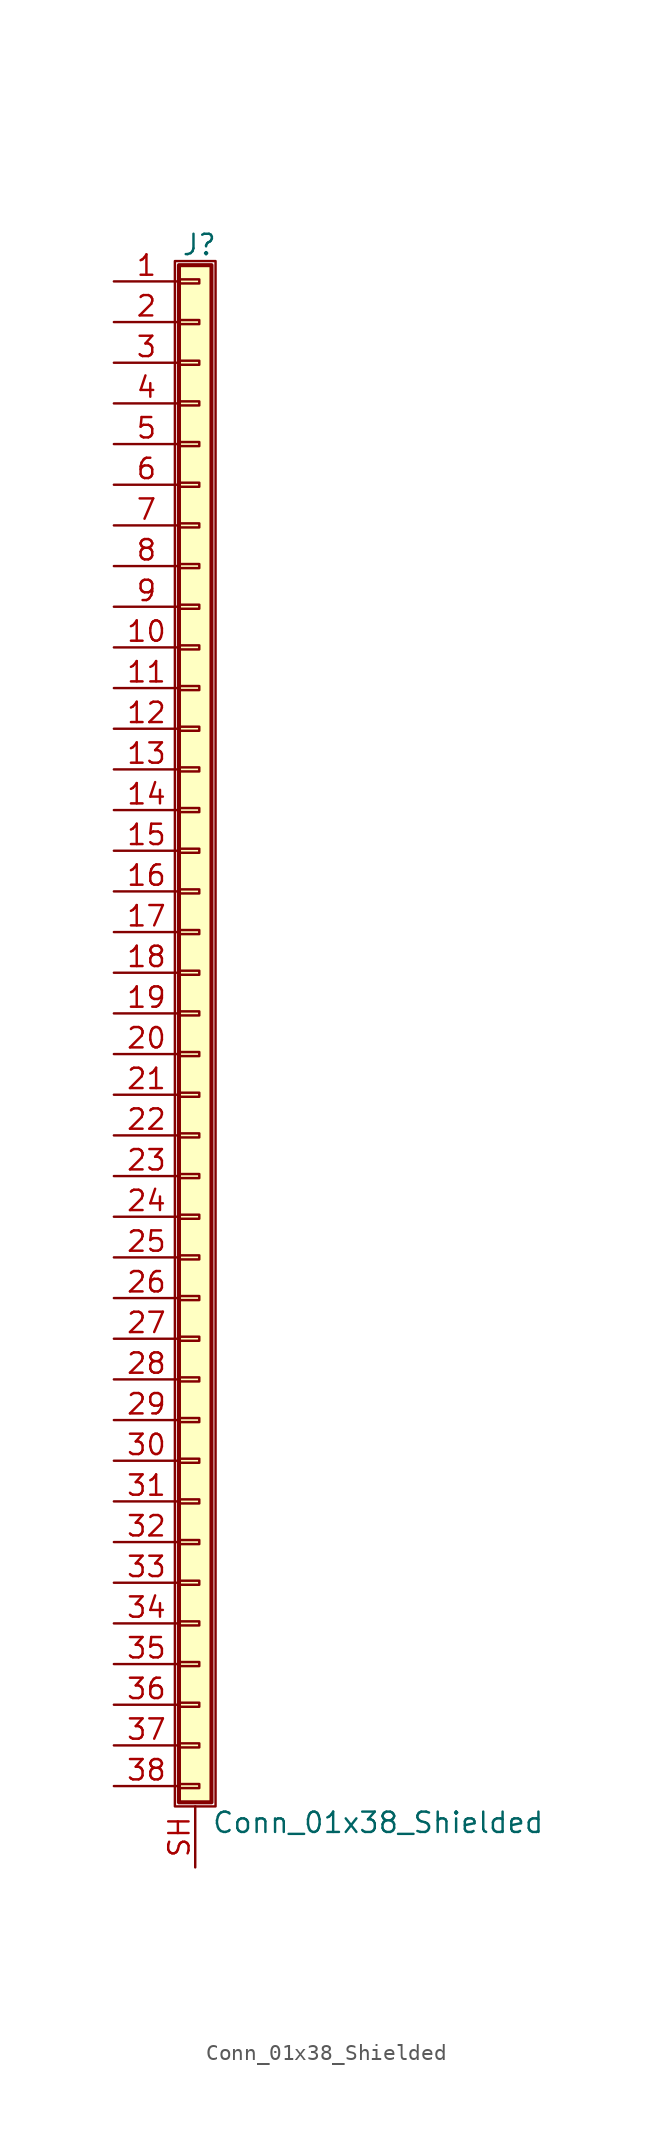
<source format=kicad_sym>
(kicad_symbol_lib
  (version 20220914)
  (generator kicad_symbol_editor)
  (symbol "Conn_01x38_Shielded"
    (pin_names
      (offset 1.016) hide)
    (property "Reference" "J"
      (at 0.254 48.006 0)
      (effects (font (size 1.27 1.27))))
    (property "Value" "Conn_01x38_Shielded"
      (at 1.016 -50.546 0)
      (effects (font (size 1.27 1.27)) (justify left)))
    (symbol "Conn_01x38_Shielded_1_1"
      (rectangle (start -1.27 46.99) (end 1.27 -49.53) (stroke (width 0.152) (type default)) (fill (type none)))
      (rectangle (start -1.016 -48.133) (end 0.254 -48.387) (stroke (width 0.152) (type default)) (fill (type none)))
      (rectangle (start -1.016 -45.593) (end 0.254 -45.847) (stroke (width 0.152) (type default)) (fill (type none)))
      (rectangle (start -1.016 -43.053) (end 0.254 -43.307) (stroke (width 0.152) (type default)) (fill (type none)))
      (rectangle (start -1.016 -40.513) (end 0.254 -40.767) (stroke (width 0.152) (type default)) (fill (type none)))
      (rectangle (start -1.016 -37.973) (end 0.254 -38.227) (stroke (width 0.152) (type default)) (fill (type none)))
      (rectangle (start -1.016 -35.433) (end 0.254 -35.687) (stroke (width 0.152) (type default)) (fill (type none)))
      (rectangle (start -1.016 -32.893) (end 0.254 -33.147) (stroke (width 0.152) (type default)) (fill (type none)))
      (rectangle (start -1.016 -30.353) (end 0.254 -30.607) (stroke (width 0.152) (type default)) (fill (type none)))
      (rectangle (start -1.016 -27.813) (end 0.254 -28.067) (stroke (width 0.152) (type default)) (fill (type none)))
      (rectangle (start -1.016 -25.273) (end 0.254 -25.527) (stroke (width 0.152) (type default)) (fill (type none)))
      (rectangle (start -1.016 -22.733) (end 0.254 -22.987) (stroke (width 0.152) (type default)) (fill (type none)))
      (rectangle (start -1.016 -20.193) (end 0.254 -20.447) (stroke (width 0.152) (type default)) (fill (type none)))
      (rectangle (start -1.016 -17.653) (end 0.254 -17.907) (stroke (width 0.152) (type default)) (fill (type none)))
      (rectangle (start -1.016 -15.113) (end 0.254 -15.367) (stroke (width 0.152) (type default)) (fill (type none)))
      (rectangle (start -1.016 -12.573) (end 0.254 -12.827) (stroke (width 0.152) (type default)) (fill (type none)))
      (rectangle (start -1.016 -10.033) (end 0.254 -10.287) (stroke (width 0.152) (type default)) (fill (type none)))
      (rectangle (start -1.016 -7.493) (end 0.254 -7.747) (stroke (width 0.152) (type default)) (fill (type none)))
      (rectangle (start -1.016 -4.953) (end 0.254 -5.207) (stroke (width 0.152) (type default)) (fill (type none)))
      (rectangle (start -1.016 -2.413) (end 0.254 -2.667) (stroke (width 0.152) (type default)) (fill (type none)))
      (rectangle (start -1.016 0.127) (end 0.254 -0.127) (stroke (width 0.152) (type default)) (fill (type none)))
      (rectangle (start -1.016 2.667) (end 0.254 2.413) (stroke (width 0.152) (type default)) (fill (type none)))
      (rectangle (start -1.016 5.207) (end 0.254 4.953) (stroke (width 0.152) (type default)) (fill (type none)))
      (rectangle (start -1.016 7.747) (end 0.254 7.493) (stroke (width 0.152) (type default)) (fill (type none)))
      (rectangle (start -1.016 10.287) (end 0.254 10.033) (stroke (width 0.152) (type default)) (fill (type none)))
      (rectangle (start -1.016 12.827) (end 0.254 12.573) (stroke (width 0.152) (type default)) (fill (type none)))
      (rectangle (start -1.016 15.367) (end 0.254 15.113) (stroke (width 0.152) (type default)) (fill (type none)))
      (rectangle (start -1.016 17.907) (end 0.254 17.653) (stroke (width 0.152) (type default)) (fill (type none)))
      (rectangle (start -1.016 20.447) (end 0.254 20.193) (stroke (width 0.152) (type default)) (fill (type none)))
      (rectangle (start -1.016 22.987) (end 0.254 22.733) (stroke (width 0.152) (type default)) (fill (type none)))
      (rectangle (start -1.016 25.527) (end 0.254 25.273) (stroke (width 0.152) (type default)) (fill (type none)))
      (rectangle (start -1.016 28.067) (end 0.254 27.813) (stroke (width 0.152) (type default)) (fill (type none)))
      (rectangle (start -1.016 30.607) (end 0.254 30.353) (stroke (width 0.152) (type default)) (fill (type none)))
      (rectangle (start -1.016 33.147) (end 0.254 32.893) (stroke (width 0.152) (type default)) (fill (type none)))
      (rectangle (start -1.016 35.687) (end 0.254 35.433) (stroke (width 0.152) (type default)) (fill (type none)))
      (rectangle (start -1.016 38.227) (end 0.254 37.973) (stroke (width 0.152) (type default)) (fill (type none)))
      (rectangle (start -1.016 40.767) (end 0.254 40.513) (stroke (width 0.152) (type default)) (fill (type none)))
      (rectangle (start -1.016 43.307) (end 0.254 43.053) (stroke (width 0.152) (type default)) (fill (type none)))
      (rectangle (start -1.016 45.847) (end 0.254 45.593) (stroke (width 0.152) (type default)) (fill (type none)))
      (rectangle (start -1.016 46.736) (end 1.016 -49.276) (stroke (width 0.254) (type default)) (fill (type background)))
      (pin passive line (at -5.08 45.72 0) (length 4.064) (name "Pin_1" (effects (font (size 1.27 1.27)))) (number "1" (effects (font (size 1.27 1.27)))))
      (pin passive line (at -5.08 22.86 0) (length 4.064) (name "Pin_10" (effects (font (size 1.27 1.27)))) (number "10" (effects (font (size 1.27 1.27)))))
      (pin passive line (at -5.08 20.32 0) (length 4.064) (name "Pin_11" (effects (font (size 1.27 1.27)))) (number "11" (effects (font (size 1.27 1.27)))))
      (pin passive line (at -5.08 17.78 0) (length 4.064) (name "Pin_12" (effects (font (size 1.27 1.27)))) (number "12" (effects (font (size 1.27 1.27)))))
      (pin passive line (at -5.08 15.24 0) (length 4.064) (name "Pin_13" (effects (font (size 1.27 1.27)))) (number "13" (effects (font (size 1.27 1.27)))))
      (pin passive line (at -5.08 12.7 0) (length 4.064) (name "Pin_14" (effects (font (size 1.27 1.27)))) (number "14" (effects (font (size 1.27 1.27)))))
      (pin passive line (at -5.08 10.16 0) (length 4.064) (name "Pin_15" (effects (font (size 1.27 1.27)))) (number "15" (effects (font (size 1.27 1.27)))))
      (pin passive line (at -5.08 7.62 0) (length 4.064) (name "Pin_16" (effects (font (size 1.27 1.27)))) (number "16" (effects (font (size 1.27 1.27)))))
      (pin passive line (at -5.08 5.08 0) (length 4.064) (name "Pin_17" (effects (font (size 1.27 1.27)))) (number "17" (effects (font (size 1.27 1.27)))))
      (pin passive line (at -5.08 2.54 0) (length 4.064) (name "Pin_18" (effects (font (size 1.27 1.27)))) (number "18" (effects (font (size 1.27 1.27)))))
      (pin passive line (at -5.08 0 0) (length 4.064) (name "Pin_19" (effects (font (size 1.27 1.27)))) (number "19" (effects (font (size 1.27 1.27)))))
      (pin passive line (at -5.08 43.18 0) (length 4.064) (name "Pin_2" (effects (font (size 1.27 1.27)))) (number "2" (effects (font (size 1.27 1.27)))))
      (pin passive line (at -5.08 -2.54 0) (length 4.064) (name "Pin_20" (effects (font (size 1.27 1.27)))) (number "20" (effects (font (size 1.27 1.27)))))
      (pin passive line (at -5.08 -5.08 0) (length 4.064) (name "Pin_21" (effects (font (size 1.27 1.27)))) (number "21" (effects (font (size 1.27 1.27)))))
      (pin passive line (at -5.08 -7.62 0) (length 4.064) (name "Pin_22" (effects (font (size 1.27 1.27)))) (number "22" (effects (font (size 1.27 1.27)))))
      (pin passive line (at -5.08 -10.16 0) (length 4.064) (name "Pin_23" (effects (font (size 1.27 1.27)))) (number "23" (effects (font (size 1.27 1.27)))))
      (pin passive line (at -5.08 -12.7 0) (length 4.064) (name "Pin_24" (effects (font (size 1.27 1.27)))) (number "24" (effects (font (size 1.27 1.27)))))
      (pin passive line (at -5.08 -15.24 0) (length 4.064) (name "Pin_25" (effects (font (size 1.27 1.27)))) (number "25" (effects (font (size 1.27 1.27)))))
      (pin passive line (at -5.08 -17.78 0) (length 4.064) (name "Pin_26" (effects (font (size 1.27 1.27)))) (number "26" (effects (font (size 1.27 1.27)))))
      (pin passive line (at -5.08 -20.32 0) (length 4.064) (name "Pin_27" (effects (font (size 1.27 1.27)))) (number "27" (effects (font (size 1.27 1.27)))))
      (pin passive line (at -5.08 -22.86 0) (length 4.064) (name "Pin_28" (effects (font (size 1.27 1.27)))) (number "28" (effects (font (size 1.27 1.27)))))
      (pin passive line (at -5.08 -25.4 0) (length 4.064) (name "Pin_29" (effects (font (size 1.27 1.27)))) (number "29" (effects (font (size 1.27 1.27)))))
      (pin passive line (at -5.08 40.64 0) (length 4.064) (name "Pin_3" (effects (font (size 1.27 1.27)))) (number "3" (effects (font (size 1.27 1.27)))))
      (pin passive line (at -5.08 -27.94 0) (length 4.064) (name "Pin_30" (effects (font (size 1.27 1.27)))) (number "30" (effects (font (size 1.27 1.27)))))
      (pin passive line (at -5.08 -30.48 0) (length 4.064) (name "Pin_31" (effects (font (size 1.27 1.27)))) (number "31" (effects (font (size 1.27 1.27)))))
      (pin passive line (at -5.08 -33.02 0) (length 4.064) (name "Pin_32" (effects (font (size 1.27 1.27)))) (number "32" (effects (font (size 1.27 1.27)))))
      (pin passive line (at -5.08 -35.56 0) (length 4.064) (name "Pin_33" (effects (font (size 1.27 1.27)))) (number "33" (effects (font (size 1.27 1.27)))))
      (pin passive line (at -5.08 -38.1 0) (length 4.064) (name "Pin_34" (effects (font (size 1.27 1.27)))) (number "34" (effects (font (size 1.27 1.27)))))
      (pin passive line (at -5.08 -40.64 0) (length 4.064) (name "Pin_35" (effects (font (size 1.27 1.27)))) (number "35" (effects (font (size 1.27 1.27)))))
      (pin passive line (at -5.08 -43.18 0) (length 4.064) (name "Pin_36" (effects (font (size 1.27 1.27)))) (number "36" (effects (font (size 1.27 1.27)))))
      (pin passive line (at -5.08 -45.72 0) (length 4.064) (name "Pin_37" (effects (font (size 1.27 1.27)))) (number "37" (effects (font (size 1.27 1.27)))))
      (pin passive line (at -5.08 -48.26 0) (length 4.064) (name "Pin_38" (effects (font (size 1.27 1.27)))) (number "38" (effects (font (size 1.27 1.27)))))
      (pin passive line (at -5.08 38.1 0) (length 4.064) (name "Pin_4" (effects (font (size 1.27 1.27)))) (number "4" (effects (font (size 1.27 1.27)))))
      (pin passive line (at -5.08 35.56 0) (length 4.064) (name "Pin_5" (effects (font (size 1.27 1.27)))) (number "5" (effects (font (size 1.27 1.27)))))
      (pin passive line (at -5.08 33.02 0) (length 4.064) (name "Pin_6" (effects (font (size 1.27 1.27)))) (number "6" (effects (font (size 1.27 1.27)))))
      (pin passive line (at -5.08 30.48 0) (length 4.064) (name "Pin_7" (effects (font (size 1.27 1.27)))) (number "7" (effects (font (size 1.27 1.27)))))
      (pin passive line (at -5.08 27.94 0) (length 4.064) (name "Pin_8" (effects (font (size 1.27 1.27)))) (number "8" (effects (font (size 1.27 1.27)))))
      (pin passive line (at -5.08 25.4 0) (length 4.064) (name "Pin_9" (effects (font (size 1.27 1.27)))) (number "9" (effects (font (size 1.27 1.27)))))
      (pin passive line (at 0 -53.34 90) (length 3.81) (name "Shield" (effects (font (size 1.27 1.27)))) (number "SH" (effects (font (size 1.27 1.27))))))))
</source>
